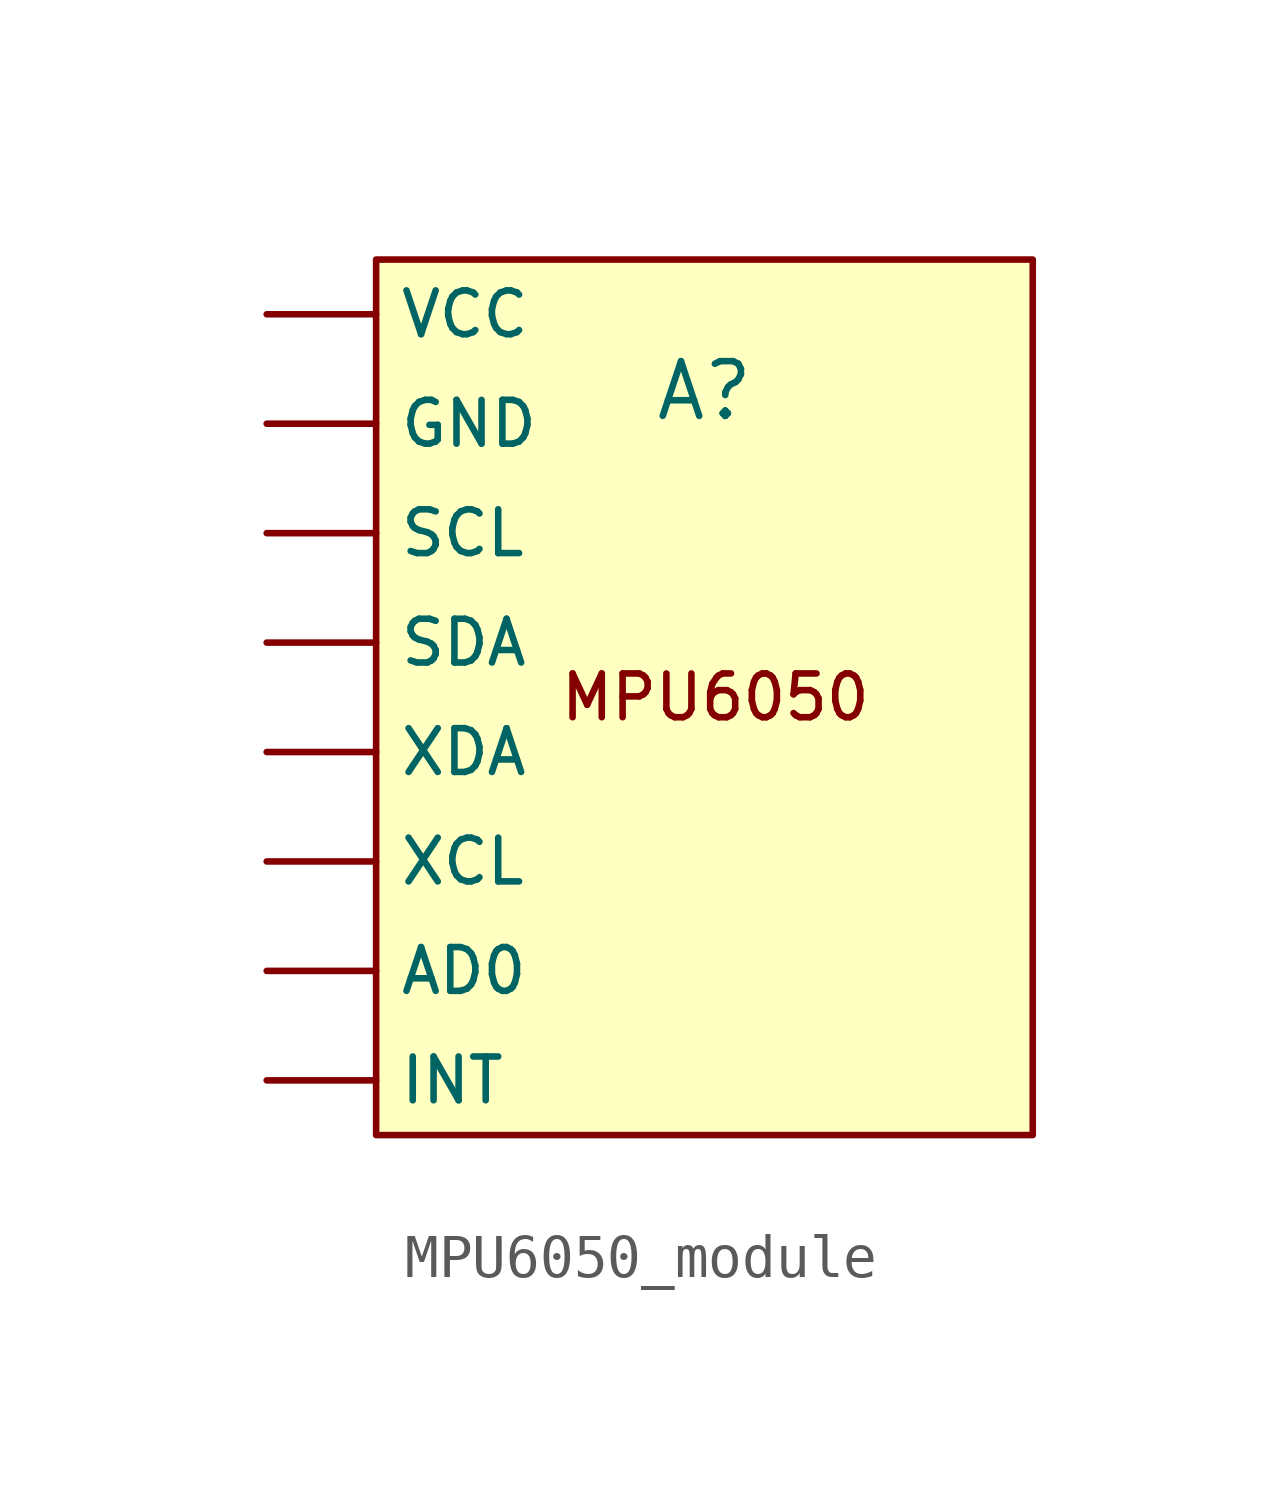
<source format=kicad_sym>
(kicad_symbol_lib
  (version 20241209)
  (generator "kicad_symbol_editor")
  (generator_version "9.0")
  (symbol "MPU6050_module"
    (property "Reference" "A"
      (at 0 7.112 0)
      (effects (font (size 1.27 1.27))))
    (property "Value" ""
      (at -3.81 0 0)
      (effects (font (size 1.27 1.27))))
    (symbol "MPU6050_module_0_1"
      (rectangle (start -7.62 10.16) (end 7.62 -10.16) (stroke (width 0) (type default)) (fill (type background))))
    (symbol "MPU6050_module_1_1"
      (text "MPU6050" (at 0.254 0 0) (effects (font (size 1.016 1.016))))
      (pin power_in line (at -10.16 8.89 0) (length 2.54) (name "VCC" (effects (font (size 1.016 1.016)))) (number "" (effects (font (size 1.27 1.27)))))
      (pin power_in line (at -10.16 6.35 0) (length 2.54) (name "GND" (effects (font (size 1.016 1.016)))) (number "" (effects (font (size 1.27 1.27)))))
      (pin input line (at -10.16 3.81 0) (length 2.54) (name "SCL" (effects (font (size 1.016 1.016)))) (number "" (effects (font (size 1.27 1.27)))))
      (pin bidirectional line (at -10.16 1.27 0) (length 2.54) (name "SDA" (effects (font (size 1.016 1.016)))) (number "" (effects (font (size 1.27 1.27)))))
      (pin bidirectional line (at -10.16 -1.27 0) (length 2.54) (name "XDA" (effects (font (size 1.016 1.016)))) (number "" (effects (font (size 1.27 1.27)))))
      (pin output line (at -10.16 -3.81 0) (length 2.54) (name "XCL" (effects (font (size 1.016 1.016)))) (number "" (effects (font (size 1.27 1.27)))))
      (pin input line (at -10.16 -6.35 0) (length 2.54) (name "AD0" (effects (font (size 1.016 1.016)))) (number "" (effects (font (size 1.27 1.27)))))
      (pin input line (at -10.16 -8.89 0) (length 2.54) (name "INT" (effects (font (size 1.016 1.016)))) (number "" (effects (font (size 1.27 1.27))))))))
</source>
